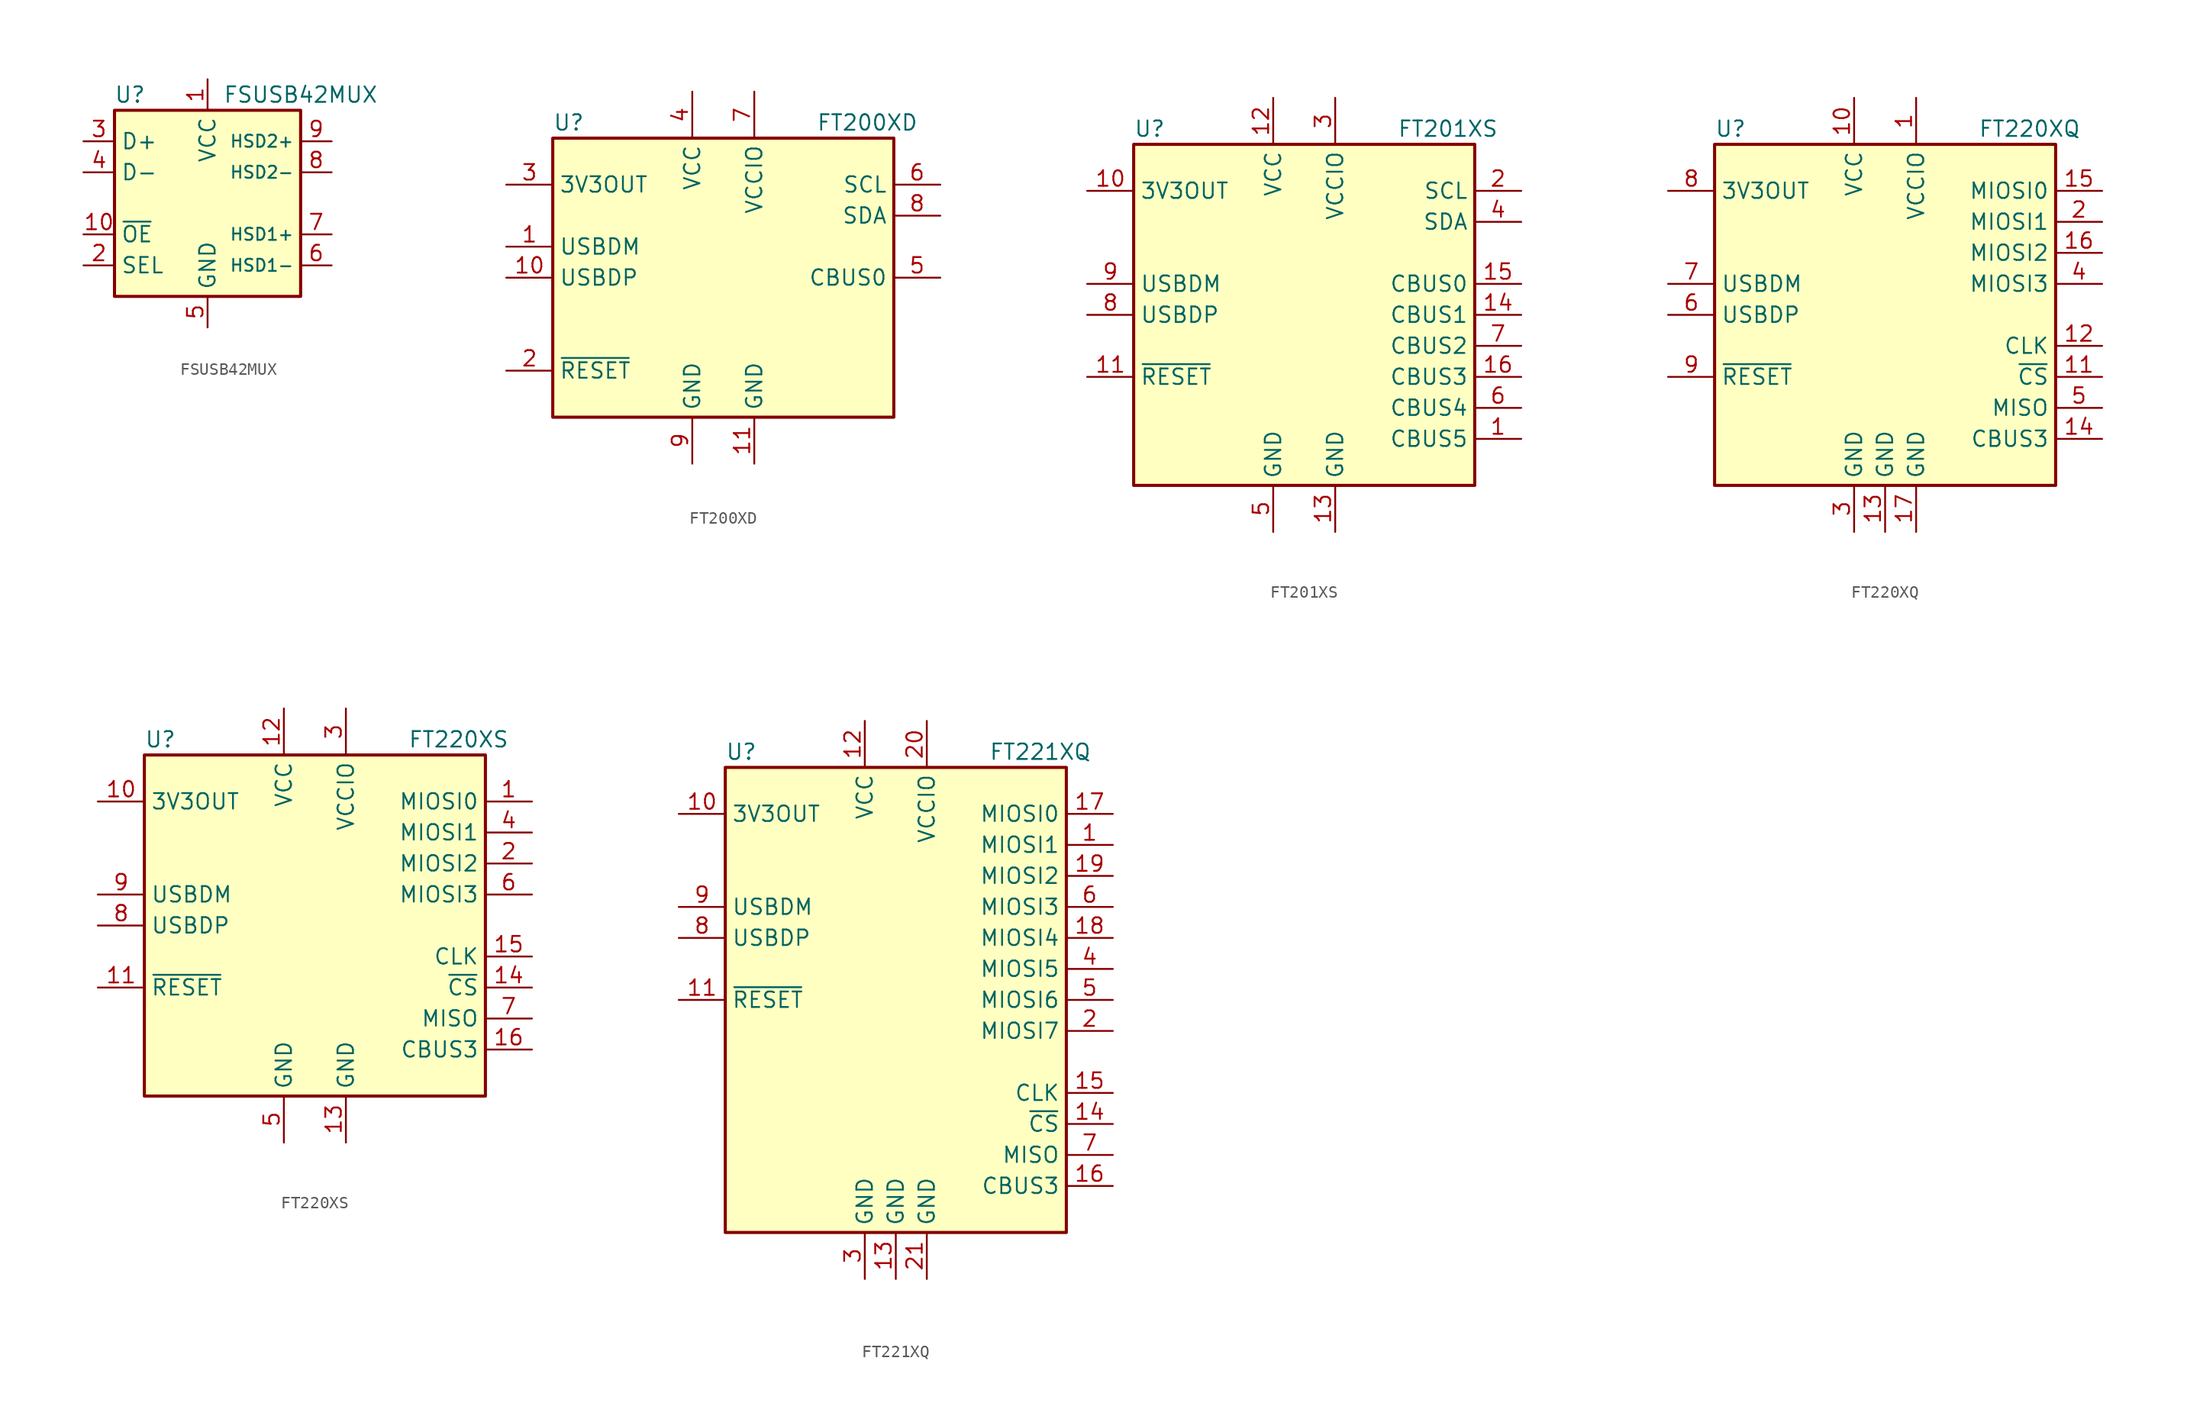
<source format=kicad_sym>
(kicad_symbol_lib
  (version 20211014)
  (generator kicad_symbol_editor)
  (symbol "FSUSB42MUX"
    (property "Reference" "U"
      (at -6.35 8.89 0)
      (effects (font (size 1.27 1.27))))
    (property "Value" "FSUSB42MUX"
      (at 7.62 8.89 0)
      (effects (font (size 1.27 1.27))))
    (symbol "FSUSB42MUX_0_1"
      (rectangle (start 7.62 7.62) (end -7.62 -7.62) (stroke (width 0.254) (type default) (color 0 0 0 0)) (fill (type background))))
    (symbol "FSUSB42MUX_1_1"
      (pin power_in line (at 0 10.16 270) (length 2.54) (name "VCC" (effects (font (size 1.27 1.27)))) (number "1" (effects (font (size 1.27 1.27)))))
      (pin input line (at -10.16 -2.54 0) (length 2.54) (name "~{OE}" (effects (font (size 1.27 1.27)))) (number "10" (effects (font (size 1.27 1.27)))))
      (pin input line (at -10.16 -5.08 0) (length 2.54) (name "SEL" (effects (font (size 1.27 1.27)))) (number "2" (effects (font (size 1.27 1.27)))))
      (pin bidirectional line (at -10.16 5.08 0) (length 2.54) (name "D+" (effects (font (size 1.27 1.27)))) (number "3" (effects (font (size 1.27 1.27)))))
      (pin bidirectional line (at -10.16 2.54 0) (length 2.54) (name "D-" (effects (font (size 1.27 1.27)))) (number "4" (effects (font (size 1.27 1.27)))))
      (pin power_in line (at 0 -10.16 90) (length 2.54) (name "GND" (effects (font (size 1.27 1.27)))) (number "5" (effects (font (size 1.27 1.27)))))
      (pin bidirectional line (at 10.16 -5.08 180) (length 2.54) (name "HSD1-" (effects (font (size 0.991 0.991)))) (number "6" (effects (font (size 1.27 1.27)))))
      (pin bidirectional line (at 10.16 -2.54 180) (length 2.54) (name "HSD1+" (effects (font (size 0.991 0.991)))) (number "7" (effects (font (size 1.27 1.27)))))
      (pin bidirectional line (at 10.16 2.54 180) (length 2.54) (name "HSD2-" (effects (font (size 0.991 0.991)))) (number "8" (effects (font (size 1.27 1.27)))))
      (pin bidirectional line (at 10.16 5.08 180) (length 2.54) (name "HSD2+" (effects (font (size 0.991 0.991)))) (number "9" (effects (font (size 1.27 1.27)))))))
  (symbol "FT200XD"
    (property "Reference" "U"
      (at -13.97 12.7 0)
      (effects (font (size 1.27 1.27)) (justify left)))
    (property "Value" "FT200XD"
      (at 7.62 12.7 0)
      (effects (font (size 1.27 1.27)) (justify left)))
    (symbol "FT200XD_0_1"
      (rectangle (start -13.97 11.43) (end 13.97 -11.43) (stroke (width 0.254) (type default) (color 0 0 0 0)) (fill (type background))))
    (symbol "FT200XD_1_1"
      (pin input line (at -17.78 2.54 0) (length 3.81) (name "USBDM" (effects (font (size 1.27 1.27)))) (number "1" (effects (font (size 1.27 1.27)))))
      (pin input line (at -17.78 0 0) (length 3.81) (name "USBDP" (effects (font (size 1.27 1.27)))) (number "10" (effects (font (size 1.27 1.27)))))
      (pin power_in line (at 2.54 -15.24 90) (length 3.81) (name "GND" (effects (font (size 1.27 1.27)))) (number "11" (effects (font (size 1.27 1.27)))))
      (pin input line (at -17.78 -7.62 0) (length 3.81) (name "~{RESET}" (effects (font (size 1.27 1.27)))) (number "2" (effects (font (size 1.27 1.27)))))
      (pin power_out line (at -17.78 7.62 0) (length 3.81) (name "3V3OUT" (effects (font (size 1.27 1.27)))) (number "3" (effects (font (size 1.27 1.27)))))
      (pin power_in line (at -2.54 15.24 270) (length 3.81) (name "VCC" (effects (font (size 1.27 1.27)))) (number "4" (effects (font (size 1.27 1.27)))))
      (pin bidirectional line (at 17.78 0 180) (length 3.81) (name "CBUS0" (effects (font (size 1.27 1.27)))) (number "5" (effects (font (size 1.27 1.27)))))
      (pin input line (at 17.78 7.62 180) (length 3.81) (name "SCL" (effects (font (size 1.27 1.27)))) (number "6" (effects (font (size 1.27 1.27)))))
      (pin power_in line (at 2.54 15.24 270) (length 3.81) (name "VCCIO" (effects (font (size 1.27 1.27)))) (number "7" (effects (font (size 1.27 1.27)))))
      (pin bidirectional line (at 17.78 5.08 180) (length 3.81) (name "SDA" (effects (font (size 1.27 1.27)))) (number "8" (effects (font (size 1.27 1.27)))))
      (pin power_in line (at -2.54 -15.24 90) (length 3.81) (name "GND" (effects (font (size 1.27 1.27)))) (number "9" (effects (font (size 1.27 1.27)))))))
  (symbol "FT201XS"
    (property "Reference" "U"
      (at -13.97 15.24 0)
      (effects (font (size 1.27 1.27)) (justify left)))
    (property "Value" "FT201XS"
      (at 7.62 15.24 0)
      (effects (font (size 1.27 1.27)) (justify left)))
    (symbol "FT201XS_0_1"
      (rectangle (start -13.97 13.97) (end 13.97 -13.97) (stroke (width 0.254) (type default) (color 0 0 0 0)) (fill (type background))))
    (symbol "FT201XS_1_1"
      (pin bidirectional line (at 17.78 -10.16 180) (length 3.81) (name "CBUS5" (effects (font (size 1.27 1.27)))) (number "1" (effects (font (size 1.27 1.27)))))
      (pin power_out line (at -17.78 10.16 0) (length 3.81) (name "3V3OUT" (effects (font (size 1.27 1.27)))) (number "10" (effects (font (size 1.27 1.27)))))
      (pin input line (at -17.78 -5.08 0) (length 3.81) (name "~{RESET}" (effects (font (size 1.27 1.27)))) (number "11" (effects (font (size 1.27 1.27)))))
      (pin power_in line (at -2.54 17.78 270) (length 3.81) (name "VCC" (effects (font (size 1.27 1.27)))) (number "12" (effects (font (size 1.27 1.27)))))
      (pin power_in line (at 2.54 -17.78 90) (length 3.81) (name "GND" (effects (font (size 1.27 1.27)))) (number "13" (effects (font (size 1.27 1.27)))))
      (pin bidirectional line (at 17.78 0 180) (length 3.81) (name "CBUS1" (effects (font (size 1.27 1.27)))) (number "14" (effects (font (size 1.27 1.27)))))
      (pin bidirectional line (at 17.78 2.54 180) (length 3.81) (name "CBUS0" (effects (font (size 1.27 1.27)))) (number "15" (effects (font (size 1.27 1.27)))))
      (pin bidirectional line (at 17.78 -5.08 180) (length 3.81) (name "CBUS3" (effects (font (size 1.27 1.27)))) (number "16" (effects (font (size 1.27 1.27)))))
      (pin input line (at 17.78 10.16 180) (length 3.81) (name "SCL" (effects (font (size 1.27 1.27)))) (number "2" (effects (font (size 1.27 1.27)))))
      (pin power_out line (at 2.54 17.78 270) (length 3.81) (name "VCCIO" (effects (font (size 1.27 1.27)))) (number "3" (effects (font (size 1.27 1.27)))))
      (pin bidirectional line (at 17.78 7.62 180) (length 3.81) (name "SDA" (effects (font (size 1.27 1.27)))) (number "4" (effects (font (size 1.27 1.27)))))
      (pin power_in line (at -2.54 -17.78 90) (length 3.81) (name "GND" (effects (font (size 1.27 1.27)))) (number "5" (effects (font (size 1.27 1.27)))))
      (pin bidirectional line (at 17.78 -7.62 180) (length 3.81) (name "CBUS4" (effects (font (size 1.27 1.27)))) (number "6" (effects (font (size 1.27 1.27)))))
      (pin bidirectional line (at 17.78 -2.54 180) (length 3.81) (name "CBUS2" (effects (font (size 1.27 1.27)))) (number "7" (effects (font (size 1.27 1.27)))))
      (pin bidirectional line (at -17.78 0 0) (length 3.81) (name "USBDP" (effects (font (size 1.27 1.27)))) (number "8" (effects (font (size 1.27 1.27)))))
      (pin bidirectional line (at -17.78 2.54 0) (length 3.81) (name "USBDM" (effects (font (size 1.27 1.27)))) (number "9" (effects (font (size 1.27 1.27)))))))
  (symbol "FT220XQ"
    (property "Reference" "U"
      (at -13.97 15.24 0)
      (effects (font (size 1.27 1.27)) (justify left)))
    (property "Value" "FT220XQ"
      (at 7.62 15.24 0)
      (effects (font (size 1.27 1.27)) (justify left)))
    (symbol "FT220XQ_0_1"
      (rectangle (start -13.97 13.97) (end 13.97 -13.97) (stroke (width 0.254) (type default) (color 0 0 0 0)) (fill (type background))))
    (symbol "FT220XQ_1_1"
      (pin power_in line (at 2.54 17.78 270) (length 3.81) (name "VCCIO" (effects (font (size 1.27 1.27)))) (number "1" (effects (font (size 1.27 1.27)))))
      (pin power_in line (at -2.54 17.78 270) (length 3.81) (name "VCC" (effects (font (size 1.27 1.27)))) (number "10" (effects (font (size 1.27 1.27)))))
      (pin input line (at 17.78 -5.08 180) (length 3.81) (name "~{CS}" (effects (font (size 1.27 1.27)))) (number "11" (effects (font (size 1.27 1.27)))))
      (pin input line (at 17.78 -2.54 180) (length 3.81) (name "CLK" (effects (font (size 1.27 1.27)))) (number "12" (effects (font (size 1.27 1.27)))))
      (pin power_in line (at 0 -17.78 90) (length 3.81) (name "GND" (effects (font (size 1.27 1.27)))) (number "13" (effects (font (size 1.27 1.27)))))
      (pin bidirectional line (at 17.78 -10.16 180) (length 3.81) (name "CBUS3" (effects (font (size 1.27 1.27)))) (number "14" (effects (font (size 1.27 1.27)))))
      (pin input line (at 17.78 10.16 180) (length 3.81) (name "MIOSI0" (effects (font (size 1.27 1.27)))) (number "15" (effects (font (size 1.27 1.27)))))
      (pin input line (at 17.78 5.08 180) (length 3.81) (name "MIOSI2" (effects (font (size 1.27 1.27)))) (number "16" (effects (font (size 1.27 1.27)))))
      (pin power_in line (at 2.54 -17.78 90) (length 3.81) (name "GND" (effects (font (size 1.27 1.27)))) (number "17" (effects (font (size 1.27 1.27)))))
      (pin input line (at 17.78 7.62 180) (length 3.81) (name "MIOSI1" (effects (font (size 1.27 1.27)))) (number "2" (effects (font (size 1.27 1.27)))))
      (pin power_in line (at -2.54 -17.78 90) (length 3.81) (name "GND" (effects (font (size 1.27 1.27)))) (number "3" (effects (font (size 1.27 1.27)))))
      (pin input line (at 17.78 2.54 180) (length 3.81) (name "MIOSI3" (effects (font (size 1.27 1.27)))) (number "4" (effects (font (size 1.27 1.27)))))
      (pin input line (at 17.78 -7.62 180) (length 3.81) (name "MISO" (effects (font (size 1.27 1.27)))) (number "5" (effects (font (size 1.27 1.27)))))
      (pin bidirectional line (at -17.78 0 0) (length 3.81) (name "USBDP" (effects (font (size 1.27 1.27)))) (number "6" (effects (font (size 1.27 1.27)))))
      (pin bidirectional line (at -17.78 2.54 0) (length 3.81) (name "USBDM" (effects (font (size 1.27 1.27)))) (number "7" (effects (font (size 1.27 1.27)))))
      (pin power_out line (at -17.78 10.16 0) (length 3.81) (name "3V3OUT" (effects (font (size 1.27 1.27)))) (number "8" (effects (font (size 1.27 1.27)))))
      (pin input line (at -17.78 -5.08 0) (length 3.81) (name "~{RESET}" (effects (font (size 1.27 1.27)))) (number "9" (effects (font (size 1.27 1.27)))))))
  (symbol "FT220XS"
    (property "Reference" "U"
      (at -13.97 15.24 0)
      (effects (font (size 1.27 1.27)) (justify left)))
    (property "Value" "FT220XS"
      (at 7.62 15.24 0)
      (effects (font (size 1.27 1.27)) (justify left)))
    (symbol "FT220XS_0_1"
      (rectangle (start -13.97 13.97) (end 13.97 -13.97) (stroke (width 0.254) (type default) (color 0 0 0 0)) (fill (type background))))
    (symbol "FT220XS_1_1"
      (pin input line (at 17.78 10.16 180) (length 3.81) (name "MIOSI0" (effects (font (size 1.27 1.27)))) (number "1" (effects (font (size 1.27 1.27)))))
      (pin power_out line (at -17.78 10.16 0) (length 3.81) (name "3V3OUT" (effects (font (size 1.27 1.27)))) (number "10" (effects (font (size 1.27 1.27)))))
      (pin input line (at -17.78 -5.08 0) (length 3.81) (name "~{RESET}" (effects (font (size 1.27 1.27)))) (number "11" (effects (font (size 1.27 1.27)))))
      (pin power_in line (at -2.54 17.78 270) (length 3.81) (name "VCC" (effects (font (size 1.27 1.27)))) (number "12" (effects (font (size 1.27 1.27)))))
      (pin power_in line (at 2.54 -17.78 90) (length 3.81) (name "GND" (effects (font (size 1.27 1.27)))) (number "13" (effects (font (size 1.27 1.27)))))
      (pin input line (at 17.78 -5.08 180) (length 3.81) (name "~{CS}" (effects (font (size 1.27 1.27)))) (number "14" (effects (font (size 1.27 1.27)))))
      (pin input line (at 17.78 -2.54 180) (length 3.81) (name "CLK" (effects (font (size 1.27 1.27)))) (number "15" (effects (font (size 1.27 1.27)))))
      (pin bidirectional line (at 17.78 -10.16 180) (length 3.81) (name "CBUS3" (effects (font (size 1.27 1.27)))) (number "16" (effects (font (size 1.27 1.27)))))
      (pin input line (at 17.78 5.08 180) (length 3.81) (name "MIOSI2" (effects (font (size 1.27 1.27)))) (number "2" (effects (font (size 1.27 1.27)))))
      (pin power_in line (at 2.54 17.78 270) (length 3.81) (name "VCCIO" (effects (font (size 1.27 1.27)))) (number "3" (effects (font (size 1.27 1.27)))))
      (pin input line (at 17.78 7.62 180) (length 3.81) (name "MIOSI1" (effects (font (size 1.27 1.27)))) (number "4" (effects (font (size 1.27 1.27)))))
      (pin power_in line (at -2.54 -17.78 90) (length 3.81) (name "GND" (effects (font (size 1.27 1.27)))) (number "5" (effects (font (size 1.27 1.27)))))
      (pin input line (at 17.78 2.54 180) (length 3.81) (name "MIOSI3" (effects (font (size 1.27 1.27)))) (number "6" (effects (font (size 1.27 1.27)))))
      (pin input line (at 17.78 -7.62 180) (length 3.81) (name "MISO" (effects (font (size 1.27 1.27)))) (number "7" (effects (font (size 1.27 1.27)))))
      (pin bidirectional line (at -17.78 0 0) (length 3.81) (name "USBDP" (effects (font (size 1.27 1.27)))) (number "8" (effects (font (size 1.27 1.27)))))
      (pin bidirectional line (at -17.78 2.54 0) (length 3.81) (name "USBDM" (effects (font (size 1.27 1.27)))) (number "9" (effects (font (size 1.27 1.27)))))))
  (symbol "FT221XQ"
    (property "Reference" "U"
      (at -13.97 20.32 0)
      (effects (font (size 1.27 1.27)) (justify left)))
    (property "Value" "FT221XQ"
      (at 7.62 20.32 0)
      (effects (font (size 1.27 1.27)) (justify left)))
    (symbol "FT221XQ_0_1"
      (rectangle (start -13.97 19.05) (end 13.97 -19.05) (stroke (width 0.254) (type default) (color 0 0 0 0)) (fill (type background))))
    (symbol "FT221XQ_1_1"
      (pin input line (at 17.78 12.7 180) (length 3.81) (name "MIOSI1" (effects (font (size 1.27 1.27)))) (number "1" (effects (font (size 1.27 1.27)))))
      (pin power_out line (at -17.78 15.24 0) (length 3.81) (name "3V3OUT" (effects (font (size 1.27 1.27)))) (number "10" (effects (font (size 1.27 1.27)))))
      (pin input line (at -17.78 0 0) (length 3.81) (name "~{RESET}" (effects (font (size 1.27 1.27)))) (number "11" (effects (font (size 1.27 1.27)))))
      (pin power_in line (at -2.54 22.86 270) (length 3.81) (name "VCC" (effects (font (size 1.27 1.27)))) (number "12" (effects (font (size 1.27 1.27)))))
      (pin power_in line (at 0 -22.86 90) (length 3.81) (name "GND" (effects (font (size 1.27 1.27)))) (number "13" (effects (font (size 1.27 1.27)))))
      (pin input line (at 17.78 -10.16 180) (length 3.81) (name "~{CS}" (effects (font (size 1.27 1.27)))) (number "14" (effects (font (size 1.27 1.27)))))
      (pin input line (at 17.78 -7.62 180) (length 3.81) (name "CLK" (effects (font (size 1.27 1.27)))) (number "15" (effects (font (size 1.27 1.27)))))
      (pin bidirectional line (at 17.78 -15.24 180) (length 3.81) (name "CBUS3" (effects (font (size 1.27 1.27)))) (number "16" (effects (font (size 1.27 1.27)))))
      (pin input line (at 17.78 15.24 180) (length 3.81) (name "MIOSI0" (effects (font (size 1.27 1.27)))) (number "17" (effects (font (size 1.27 1.27)))))
      (pin input line (at 17.78 5.08 180) (length 3.81) (name "MIOSI4" (effects (font (size 1.27 1.27)))) (number "18" (effects (font (size 1.27 1.27)))))
      (pin input line (at 17.78 10.16 180) (length 3.81) (name "MIOSI2" (effects (font (size 1.27 1.27)))) (number "19" (effects (font (size 1.27 1.27)))))
      (pin input line (at 17.78 -2.54 180) (length 3.81) (name "MIOSI7" (effects (font (size 1.27 1.27)))) (number "2" (effects (font (size 1.27 1.27)))))
      (pin power_in line (at 2.54 22.86 270) (length 3.81) (name "VCCIO" (effects (font (size 1.27 1.27)))) (number "20" (effects (font (size 1.27 1.27)))))
      (pin power_in line (at 2.54 -22.86 90) (length 3.81) (name "GND" (effects (font (size 1.27 1.27)))) (number "21" (effects (font (size 1.27 1.27)))))
      (pin power_in line (at -2.54 -22.86 90) (length 3.81) (name "GND" (effects (font (size 1.27 1.27)))) (number "3" (effects (font (size 1.27 1.27)))))
      (pin input line (at 17.78 2.54 180) (length 3.81) (name "MIOSI5" (effects (font (size 1.27 1.27)))) (number "4" (effects (font (size 1.27 1.27)))))
      (pin input line (at 17.78 0 180) (length 3.81) (name "MIOSI6" (effects (font (size 1.27 1.27)))) (number "5" (effects (font (size 1.27 1.27)))))
      (pin input line (at 17.78 7.62 180) (length 3.81) (name "MIOSI3" (effects (font (size 1.27 1.27)))) (number "6" (effects (font (size 1.27 1.27)))))
      (pin input line (at 17.78 -12.7 180) (length 3.81) (name "MISO" (effects (font (size 1.27 1.27)))) (number "7" (effects (font (size 1.27 1.27)))))
      (pin bidirectional line (at -17.78 5.08 0) (length 3.81) (name "USBDP" (effects (font (size 1.27 1.27)))) (number "8" (effects (font (size 1.27 1.27)))))
      (pin bidirectional line (at -17.78 7.62 0) (length 3.81) (name "USBDM" (effects (font (size 1.27 1.27)))) (number "9" (effects (font (size 1.27 1.27))))))))
</source>
